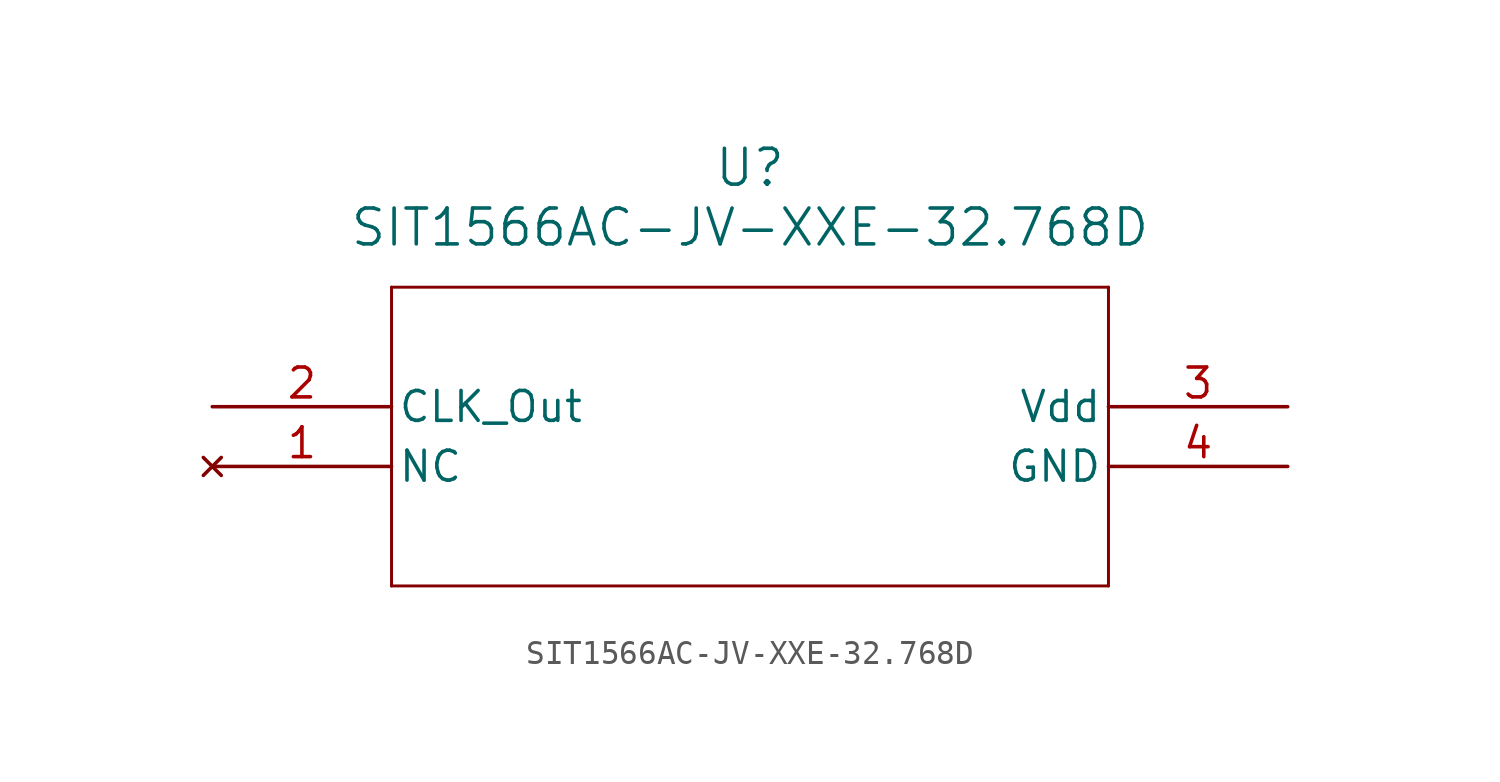
<source format=kicad_sym>
(kicad_symbol_lib
  (version 20241209)
  (generator "kicad_symbol_editor")
  (generator_version "9.0")
  (symbol "SIT1566AC-JV-XXE-32.768D"
    (pin_names
      (offset 0.254))
    (property "Reference" "U"
      (at 22.86 10.16 0)
      (effects (font (size 1.524 1.524))))
    (property "Value" "SIT1566AC-JV-XXE-32.768D"
      (at 22.86 7.62 0)
      (effects (font (size 1.524 1.524))))
    (symbol "SIT1566AC-JV-XXE-32.768D_0_1"
      (polyline (pts (xy 7.62 5.08) (xy 7.62 -7.62)) (stroke (width 0.127) (type default)) (fill (type none)))
      (polyline (pts (xy 7.62 -7.62) (xy 38.1 -7.62)) (stroke (width 0.127) (type default)) (fill (type none)))
      (polyline (pts (xy 38.1 5.08) (xy 7.62 5.08)) (stroke (width 0.127) (type default)) (fill (type none)))
      (polyline (pts (xy 38.1 -7.62) (xy 38.1 5.08)) (stroke (width 0.127) (type default)) (fill (type none)))
      (pin output line (at 0 0 0) (length 7.62) (name "CLK_Out" (effects (font (size 1.27 1.27)))) (number "2" (effects (font (size 1.27 1.27)))))
      (pin no_connect line (at 0 -2.54 0) (length 7.62) (name "NC" (effects (font (size 1.27 1.27)))) (number "1" (effects (font (size 1.27 1.27)))))
      (pin power_in line (at 45.72 0 180) (length 7.62) (name "Vdd" (effects (font (size 1.27 1.27)))) (number "3" (effects (font (size 1.27 1.27)))))
      (pin power_out line (at 45.72 -2.54 180) (length 7.62) (name "GND" (effects (font (size 1.27 1.27)))) (number "4" (effects (font (size 1.27 1.27))))))))
</source>
